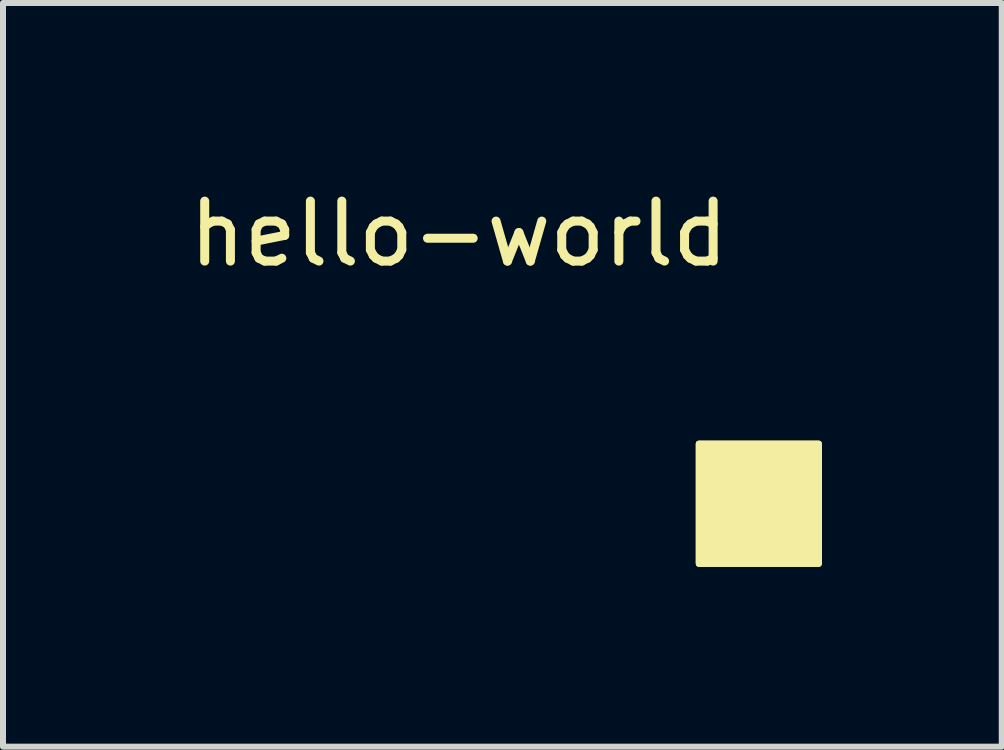
<source format=kicad_pcb>
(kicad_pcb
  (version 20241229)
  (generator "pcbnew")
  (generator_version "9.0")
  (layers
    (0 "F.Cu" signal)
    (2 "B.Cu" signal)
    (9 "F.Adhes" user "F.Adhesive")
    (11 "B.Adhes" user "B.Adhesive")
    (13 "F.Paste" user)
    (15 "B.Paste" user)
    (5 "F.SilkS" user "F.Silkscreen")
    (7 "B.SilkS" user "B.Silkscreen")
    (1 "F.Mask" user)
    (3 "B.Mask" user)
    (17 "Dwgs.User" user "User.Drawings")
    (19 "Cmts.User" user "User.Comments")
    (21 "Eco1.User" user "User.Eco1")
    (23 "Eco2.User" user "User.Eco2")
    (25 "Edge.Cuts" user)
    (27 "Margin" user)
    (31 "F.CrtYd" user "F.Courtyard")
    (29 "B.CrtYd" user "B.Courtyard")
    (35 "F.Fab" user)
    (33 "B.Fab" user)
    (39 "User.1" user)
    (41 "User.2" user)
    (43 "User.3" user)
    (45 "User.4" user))
  (footprint "hello-world"
    (layer "F.Cu")
    (at 4.601 0.348)
    (property "Reference" "hello-world" (at 0 0.5 0) (layer "F.SilkS") (effects (font (size 1 1) (thickness 0.15))))
    (attr through_hole)
    (fp_poly (pts (xy 4 4) (xy 6 4) (xy 6 6) (xy 4 6) (xy 4 4)) (stroke (width 0.1) (type solid)) (fill yes) (layer "F.SilkS"))
    (fp_poly (pts (xy 4 4) (xy 6 4) (xy 6 6) (xy 4 6) (xy 4 4)) (stroke (width 0.1) (type solid)) (fill yes) (layer "F.SilkS"))
    (fp_poly (pts (xy 4 4) (xy 6 4) (xy 6 6) (xy 4 6) (xy 4 4)) (stroke (width 0.1) (type solid)) (fill yes) (layer "F.SilkS")))
  (gr_rect
    (start -3 -3)
    (end 13.651 9.398)
    (stroke (width 0.1) (type default))
    (fill no)
    (layer "Edge.Cuts")))
</source>
